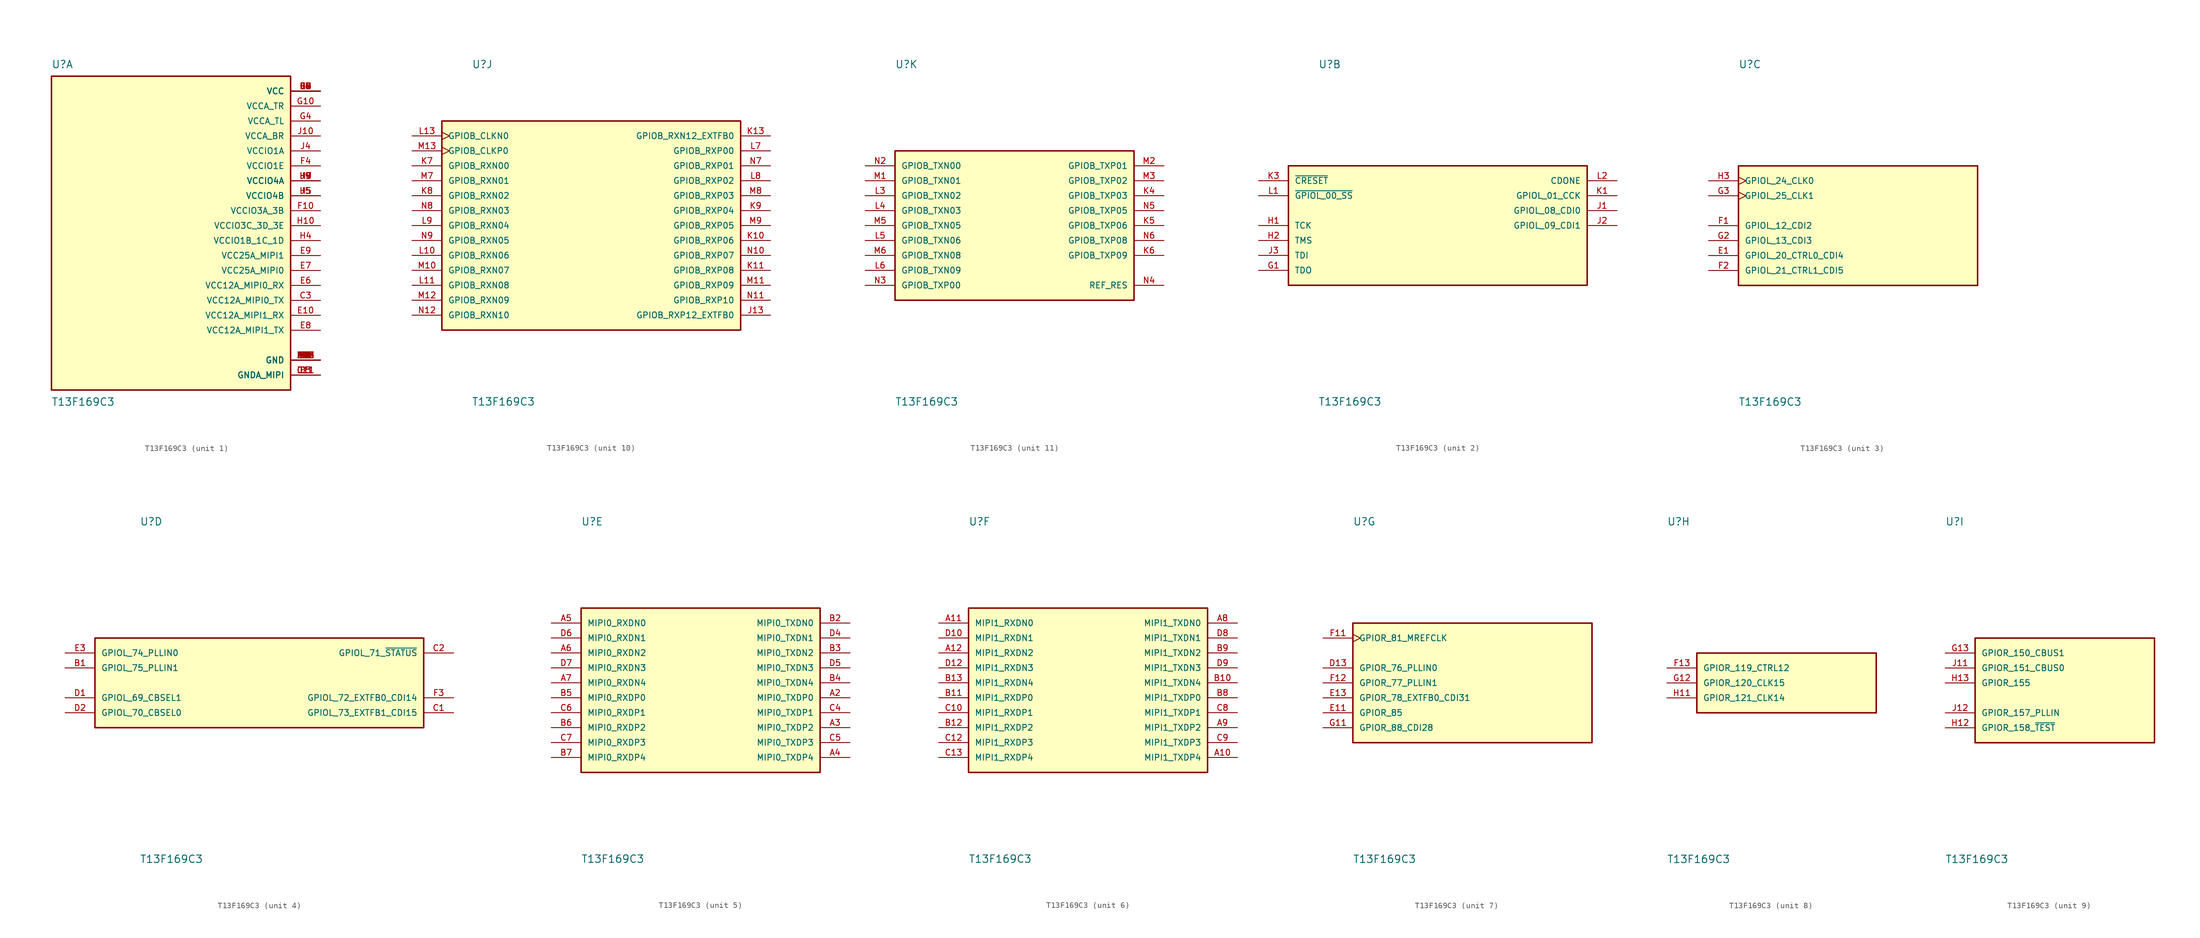
<source format=kicad_sym>
(kicad_symbol_lib
  (version 20220914)
  (generator kicad_symbol_editor)
  (symbol "T13F169C3"
    (pin_names
      (offset 1.016))
    (property "Reference" "U"
      (at -20.32 26.67 0)
      (effects (font (size 1.27 1.27)) (justify left bottom)))
    (property "Value" "T13F169C3"
      (at -20.32 -29.21 0)
      (effects (font (size 1.27 1.27)) (justify left top)))
    (symbol "T13F169C3_1_0"
      (rectangle (start -20.32 -27.94) (end 20.32 25.4) (stroke (width 0.254) (type default)) (fill (type background)))
      (pin power_in line (at 25.4 -22.86 180) (length 5.08) (name "GND" (effects (font (size 1.016 1.016)))) (number "A1" (effects (font (size 1.016 1.016)))))
      (pin power_in line (at 25.4 -22.86 180) (length 5.08) (name "GND" (effects (font (size 1.016 1.016)))) (number "A13" (effects (font (size 1.016 1.016)))))
      (pin power_in line (at 25.4 -25.4 180) (length 5.08) (name "GNDA_MIPI" (effects (font (size 1.016 1.016)))) (number "C11" (effects (font (size 1.016 1.016)))))
      (pin power_in line (at 25.4 -12.7 180) (length 5.08) (name "VCC12A_MIPI0_TX" (effects (font (size 1.016 1.016)))) (number "C3" (effects (font (size 1.016 1.016)))))
      (pin power_in line (at 25.4 -25.4 180) (length 5.08) (name "GNDA_MIPI" (effects (font (size 1.016 1.016)))) (number "D11" (effects (font (size 1.016 1.016)))))
      (pin power_in line (at 25.4 -25.4 180) (length 5.08) (name "GNDA_MIPI" (effects (font (size 1.016 1.016)))) (number "D3" (effects (font (size 1.016 1.016)))))
      (pin power_in line (at 25.4 -15.24 180) (length 5.08) (name "VCC12A_MIPI1_RX" (effects (font (size 1.016 1.016)))) (number "E10" (effects (font (size 1.016 1.016)))))
      (pin power_in line (at 25.4 -22.86 180) (length 5.08) (name "GND" (effects (font (size 1.016 1.016)))) (number "E12" (effects (font (size 1.016 1.016)))))
      (pin power_in line (at 25.4 -22.86 180) (length 5.08) (name "GND" (effects (font (size 1.016 1.016)))) (number "E2" (effects (font (size 1.016 1.016)))))
      (pin power_in line (at 25.4 22.86 180) (length 5.08) (name "VCC" (effects (font (size 1.016 1.016)))) (number "E4" (effects (font (size 1.016 1.016)))))
      (pin power_in line (at 25.4 -25.4 180) (length 5.08) (name "GNDA_MIPI" (effects (font (size 1.016 1.016)))) (number "E5" (effects (font (size 1.016 1.016)))))
      (pin power_in line (at 25.4 -10.16 180) (length 5.08) (name "VCC12A_MIPI0_RX" (effects (font (size 1.016 1.016)))) (number "E6" (effects (font (size 1.016 1.016)))))
      (pin power_in line (at 25.4 -7.62 180) (length 5.08) (name "VCC25A_MIPI0" (effects (font (size 1.016 1.016)))) (number "E7" (effects (font (size 1.016 1.016)))))
      (pin power_in line (at 25.4 -17.78 180) (length 5.08) (name "VCC12A_MIPI1_TX" (effects (font (size 1.016 1.016)))) (number "E8" (effects (font (size 1.016 1.016)))))
      (pin power_in line (at 25.4 -5.08 180) (length 5.08) (name "VCC25A_MIPI1" (effects (font (size 1.016 1.016)))) (number "E9" (effects (font (size 1.016 1.016)))))
      (pin power_in line (at 25.4 2.54 180) (length 5.08) (name "VCCIO3A_3B" (effects (font (size 1.016 1.016)))) (number "F10" (effects (font (size 1.016 1.016)))))
      (pin power_in line (at 25.4 10.16 180) (length 5.08) (name "VCCIO1E" (effects (font (size 1.016 1.016)))) (number "F4" (effects (font (size 1.016 1.016)))))
      (pin power_in line (at 25.4 -22.86 180) (length 5.08) (name "GND" (effects (font (size 1.016 1.016)))) (number "F5" (effects (font (size 1.016 1.016)))))
      (pin power_in line (at 25.4 -22.86 180) (length 5.08) (name "GND" (effects (font (size 1.016 1.016)))) (number "F6" (effects (font (size 1.016 1.016)))))
      (pin power_in line (at 25.4 22.86 180) (length 5.08) (name "VCC" (effects (font (size 1.016 1.016)))) (number "F7" (effects (font (size 1.016 1.016)))))
      (pin power_in line (at 25.4 -22.86 180) (length 5.08) (name "GND" (effects (font (size 1.016 1.016)))) (number "F8" (effects (font (size 1.016 1.016)))))
      (pin power_in line (at 25.4 22.86 180) (length 5.08) (name "VCC" (effects (font (size 1.016 1.016)))) (number "F9" (effects (font (size 1.016 1.016)))))
      (pin power_in line (at 25.4 20.32 180) (length 5.08) (name "VCCA_TR" (effects (font (size 1.016 1.016)))) (number "G10" (effects (font (size 1.016 1.016)))))
      (pin power_in line (at 25.4 17.78 180) (length 5.08) (name "VCCA_TL" (effects (font (size 1.016 1.016)))) (number "G4" (effects (font (size 1.016 1.016)))))
      (pin power_in line (at 25.4 22.86 180) (length 5.08) (name "VCC" (effects (font (size 1.016 1.016)))) (number "G5" (effects (font (size 1.016 1.016)))))
      (pin power_in line (at 25.4 -22.86 180) (length 5.08) (name "GND" (effects (font (size 1.016 1.016)))) (number "G6" (effects (font (size 1.016 1.016)))))
      (pin power_in line (at 25.4 -22.86 180) (length 5.08) (name "GND" (effects (font (size 1.016 1.016)))) (number "G7" (effects (font (size 1.016 1.016)))))
      (pin power_in line (at 25.4 22.86 180) (length 5.08) (name "VCC" (effects (font (size 1.016 1.016)))) (number "G8" (effects (font (size 1.016 1.016)))))
      (pin power_in line (at 25.4 22.86 180) (length 5.08) (name "VCC" (effects (font (size 1.016 1.016)))) (number "G9" (effects (font (size 1.016 1.016)))))
      (pin power_in line (at 25.4 0 180) (length 5.08) (name "VCCIO3C_3D_3E" (effects (font (size 1.016 1.016)))) (number "H10" (effects (font (size 1.016 1.016)))))
      (pin power_in line (at 25.4 -2.54 180) (length 5.08) (name "VCCIO1B_1C_1D" (effects (font (size 1.016 1.016)))) (number "H4" (effects (font (size 1.016 1.016)))))
      (pin power_in line (at 25.4 5.08 180) (length 5.08) (name "VCCIO4B" (effects (font (size 1.016 1.016)))) (number "H5" (effects (font (size 1.016 1.016)))))
      (pin power_in line (at 25.4 22.86 180) (length 5.08) (name "VCC" (effects (font (size 1.016 1.016)))) (number "H6" (effects (font (size 1.016 1.016)))))
      (pin power_in line (at 25.4 7.62 180) (length 5.08) (name "VCCIO4A" (effects (font (size 1.016 1.016)))) (number "H7" (effects (font (size 1.016 1.016)))))
      (pin power_in line (at 25.4 7.62 180) (length 5.08) (name "VCCIO4A" (effects (font (size 1.016 1.016)))) (number "H8" (effects (font (size 1.016 1.016)))))
      (pin power_in line (at 25.4 7.62 180) (length 5.08) (name "VCCIO4A" (effects (font (size 1.016 1.016)))) (number "H9" (effects (font (size 1.016 1.016)))))
      (pin power_in line (at 25.4 15.24 180) (length 5.08) (name "VCCA_BR" (effects (font (size 1.016 1.016)))) (number "J10" (effects (font (size 1.016 1.016)))))
      (pin power_in line (at 25.4 12.7 180) (length 5.08) (name "VCCIO1A" (effects (font (size 1.016 1.016)))) (number "J4" (effects (font (size 1.016 1.016)))))
      (pin power_in line (at 25.4 5.08 180) (length 5.08) (name "VCCIO4B" (effects (font (size 1.016 1.016)))) (number "J5" (effects (font (size 1.016 1.016)))))
      (pin power_in line (at 25.4 22.86 180) (length 5.08) (name "VCC" (effects (font (size 1.016 1.016)))) (number "J6" (effects (font (size 1.016 1.016)))))
      (pin power_in line (at 25.4 -22.86 180) (length 5.08) (name "GND" (effects (font (size 1.016 1.016)))) (number "J7" (effects (font (size 1.016 1.016)))))
      (pin power_in line (at 25.4 -22.86 180) (length 5.08) (name "GND" (effects (font (size 1.016 1.016)))) (number "J8" (effects (font (size 1.016 1.016)))))
      (pin power_in line (at 25.4 7.62 180) (length 5.08) (name "VCCIO4A" (effects (font (size 1.016 1.016)))) (number "J9" (effects (font (size 1.016 1.016)))))
      (pin power_in line (at 25.4 -22.86 180) (length 5.08) (name "GND" (effects (font (size 1.016 1.016)))) (number "K12" (effects (font (size 1.016 1.016)))))
      (pin power_in line (at 25.4 -22.86 180) (length 5.08) (name "GND" (effects (font (size 1.016 1.016)))) (number "K2" (effects (font (size 1.016 1.016)))))
      (pin power_in line (at 25.4 -22.86 180) (length 5.08) (name "GND" (effects (font (size 1.016 1.016)))) (number "L12" (effects (font (size 1.016 1.016)))))
      (pin power_in line (at 25.4 -22.86 180) (length 5.08) (name "GND" (effects (font (size 1.016 1.016)))) (number "M4" (effects (font (size 1.016 1.016)))))
      (pin power_in line (at 25.4 -22.86 180) (length 5.08) (name "GND" (effects (font (size 1.016 1.016)))) (number "N1" (effects (font (size 1.016 1.016)))))
      (pin power_in line (at 25.4 -22.86 180) (length 5.08) (name "GND" (effects (font (size 1.016 1.016)))) (number "N13" (effects (font (size 1.016 1.016))))))
    (symbol "T13F169C3_2_0"
      (rectangle (start -25.4 -10.16) (end 25.4 10.16) (stroke (width 0.254) (type default)) (fill (type background)))
      (pin output line (at -30.48 -7.62 0) (length 5.08) (name "TDO" (effects (font (size 1.016 1.016)))) (number "G1" (effects (font (size 1.016 1.016)))))
      (pin input line (at -30.48 0 0) (length 5.08) (name "TCK" (effects (font (size 1.016 1.016)))) (number "H1" (effects (font (size 1.016 1.016)))))
      (pin input line (at -30.48 -2.54 0) (length 5.08) (name "TMS" (effects (font (size 1.016 1.016)))) (number "H2" (effects (font (size 1.016 1.016)))))
      (pin bidirectional line (at 30.48 2.54 180) (length 5.08) (name "GPIOL_08_CDI0" (effects (font (size 1.016 1.016)))) (number "J1" (effects (font (size 1.016 1.016)))))
      (pin bidirectional line (at 30.48 0 180) (length 5.08) (name "GPIOL_09_CDI1" (effects (font (size 1.016 1.016)))) (number "J2" (effects (font (size 1.016 1.016)))))
      (pin input line (at -30.48 -5.08 0) (length 5.08) (name "TDI" (effects (font (size 1.016 1.016)))) (number "J3" (effects (font (size 1.016 1.016)))))
      (pin bidirectional line (at 30.48 5.08 180) (length 5.08) (name "GPIOL_01_CCK" (effects (font (size 1.016 1.016)))) (number "K1" (effects (font (size 1.016 1.016)))))
      (pin input line (at -30.48 7.62 0) (length 5.08) (name "~{CRESET}" (effects (font (size 1.016 1.016)))) (number "K3" (effects (font (size 1.016 1.016)))))
      (pin input line (at -30.48 5.08 0) (length 5.08) (name "~{GPIOL_00_SS}" (effects (font (size 1.016 1.016)))) (number "L1" (effects (font (size 1.016 1.016)))))
      (pin bidirectional line (at 30.48 7.62 180) (length 5.08) (name "CDONE" (effects (font (size 1.016 1.016)))) (number "L2" (effects (font (size 1.016 1.016))))))
    (symbol "T13F169C3_3_0"
      (rectangle (start -20.32 -10.16) (end 20.32 10.16) (stroke (width 0.254) (type default)) (fill (type background)))
      (pin bidirectional line (at -25.4 -5.08 0) (length 5.08) (name "GPIOL_20_CTRL0_CDI4" (effects (font (size 1.016 1.016)))) (number "E1" (effects (font (size 1.016 1.016)))))
      (pin bidirectional line (at -25.4 0 0) (length 5.08) (name "GPIOL_12_CDI2" (effects (font (size 1.016 1.016)))) (number "F1" (effects (font (size 1.016 1.016)))))
      (pin bidirectional line (at -25.4 -7.62 0) (length 5.08) (name "GPIOL_21_CTRL1_CDI5" (effects (font (size 1.016 1.016)))) (number "F2" (effects (font (size 1.016 1.016)))))
      (pin bidirectional line (at -25.4 -2.54 0) (length 5.08) (name "GPIOL_13_CDI3" (effects (font (size 1.016 1.016)))) (number "G2" (effects (font (size 1.016 1.016)))))
      (pin input clock (at -25.4 5.08 0) (length 5.08) (name "GPIOL_25_CLK1" (effects (font (size 1.016 1.016)))) (number "G3" (effects (font (size 1.016 1.016)))))
      (pin input clock (at -25.4 7.62 0) (length 5.08) (name "GPIOL_24_CLK0" (effects (font (size 1.016 1.016)))) (number "H3" (effects (font (size 1.016 1.016))))))
    (symbol "T13F169C3_4_0"
      (rectangle (start -27.94 -7.62) (end 27.94 7.62) (stroke (width 0.254) (type default)) (fill (type background)))
      (pin input line (at -33.02 2.54 0) (length 5.08) (name "GPIOL_75_PLLIN1" (effects (font (size 1.016 1.016)))) (number "B1" (effects (font (size 1.016 1.016)))))
      (pin bidirectional line (at 33.02 -5.08 180) (length 5.08) (name "GPIOL_73_EXTFB1_CDI15" (effects (font (size 1.016 1.016)))) (number "C1" (effects (font (size 1.016 1.016)))))
      (pin bidirectional line (at 33.02 5.08 180) (length 5.08) (name "GPIOL_71_~{STATUS}" (effects (font (size 1.016 1.016)))) (number "C2" (effects (font (size 1.016 1.016)))))
      (pin bidirectional line (at -33.02 -2.54 0) (length 5.08) (name "GPIOL_69_CBSEL1" (effects (font (size 1.016 1.016)))) (number "D1" (effects (font (size 1.016 1.016)))))
      (pin bidirectional line (at -33.02 -5.08 0) (length 5.08) (name "GPIOL_70_CBSEL0" (effects (font (size 1.016 1.016)))) (number "D2" (effects (font (size 1.016 1.016)))))
      (pin input line (at -33.02 5.08 0) (length 5.08) (name "GPIOL_74_PLLIN0" (effects (font (size 1.016 1.016)))) (number "E3" (effects (font (size 1.016 1.016)))))
      (pin bidirectional line (at 33.02 -2.54 180) (length 5.08) (name "GPIOL_72_EXTFB0_CDI14" (effects (font (size 1.016 1.016)))) (number "F3" (effects (font (size 1.016 1.016))))))
    (symbol "T13F169C3_5_0"
      (rectangle (start -20.32 -15.24) (end 20.32 12.7) (stroke (width 0.254) (type default)) (fill (type background)))
      (pin bidirectional line (at 25.4 -2.54 180) (length 5.08) (name "MIPI0_TXDP0" (effects (font (size 1.016 1.016)))) (number "A2" (effects (font (size 1.016 1.016)))))
      (pin bidirectional line (at 25.4 -7.62 180) (length 5.08) (name "MIPI0_TXDP2" (effects (font (size 1.016 1.016)))) (number "A3" (effects (font (size 1.016 1.016)))))
      (pin bidirectional line (at 25.4 -12.7 180) (length 5.08) (name "MIPI0_TXDP4" (effects (font (size 1.016 1.016)))) (number "A4" (effects (font (size 1.016 1.016)))))
      (pin bidirectional line (at -25.4 10.16 0) (length 5.08) (name "MIPI0_RXDN0" (effects (font (size 1.016 1.016)))) (number "A5" (effects (font (size 1.016 1.016)))))
      (pin bidirectional line (at -25.4 5.08 0) (length 5.08) (name "MIPI0_RXDN2" (effects (font (size 1.016 1.016)))) (number "A6" (effects (font (size 1.016 1.016)))))
      (pin bidirectional line (at -25.4 0 0) (length 5.08) (name "MIPI0_RXDN4" (effects (font (size 1.016 1.016)))) (number "A7" (effects (font (size 1.016 1.016)))))
      (pin bidirectional line (at 25.4 10.16 180) (length 5.08) (name "MIPI0_TXDN0" (effects (font (size 1.016 1.016)))) (number "B2" (effects (font (size 1.016 1.016)))))
      (pin bidirectional line (at 25.4 5.08 180) (length 5.08) (name "MIPI0_TXDN2" (effects (font (size 1.016 1.016)))) (number "B3" (effects (font (size 1.016 1.016)))))
      (pin bidirectional line (at 25.4 0 180) (length 5.08) (name "MIPI0_TXDN4" (effects (font (size 1.016 1.016)))) (number "B4" (effects (font (size 1.016 1.016)))))
      (pin bidirectional line (at -25.4 -2.54 0) (length 5.08) (name "MIPI0_RXDP0" (effects (font (size 1.016 1.016)))) (number "B5" (effects (font (size 1.016 1.016)))))
      (pin bidirectional line (at -25.4 -7.62 0) (length 5.08) (name "MIPI0_RXDP2" (effects (font (size 1.016 1.016)))) (number "B6" (effects (font (size 1.016 1.016)))))
      (pin bidirectional line (at -25.4 -12.7 0) (length 5.08) (name "MIPI0_RXDP4" (effects (font (size 1.016 1.016)))) (number "B7" (effects (font (size 1.016 1.016)))))
      (pin bidirectional line (at 25.4 -5.08 180) (length 5.08) (name "MIPI0_TXDP1" (effects (font (size 1.016 1.016)))) (number "C4" (effects (font (size 1.016 1.016)))))
      (pin bidirectional line (at 25.4 -10.16 180) (length 5.08) (name "MIPI0_TXDP3" (effects (font (size 1.016 1.016)))) (number "C5" (effects (font (size 1.016 1.016)))))
      (pin bidirectional line (at -25.4 -5.08 0) (length 5.08) (name "MIPI0_RXDP1" (effects (font (size 1.016 1.016)))) (number "C6" (effects (font (size 1.016 1.016)))))
      (pin bidirectional line (at -25.4 -10.16 0) (length 5.08) (name "MIPI0_RXDP3" (effects (font (size 1.016 1.016)))) (number "C7" (effects (font (size 1.016 1.016)))))
      (pin bidirectional line (at 25.4 7.62 180) (length 5.08) (name "MIPI0_TXDN1" (effects (font (size 1.016 1.016)))) (number "D4" (effects (font (size 1.016 1.016)))))
      (pin bidirectional line (at 25.4 2.54 180) (length 5.08) (name "MIPI0_TXDN3" (effects (font (size 1.016 1.016)))) (number "D5" (effects (font (size 1.016 1.016)))))
      (pin bidirectional line (at -25.4 7.62 0) (length 5.08) (name "MIPI0_RXDN1" (effects (font (size 1.016 1.016)))) (number "D6" (effects (font (size 1.016 1.016)))))
      (pin bidirectional line (at -25.4 2.54 0) (length 5.08) (name "MIPI0_RXDN3" (effects (font (size 1.016 1.016)))) (number "D7" (effects (font (size 1.016 1.016))))))
    (symbol "T13F169C3_6_0"
      (rectangle (start -20.32 -15.24) (end 20.32 12.7) (stroke (width 0.254) (type default)) (fill (type background)))
      (pin bidirectional line (at 25.4 -12.7 180) (length 5.08) (name "MIPI1_TXDP4" (effects (font (size 1.016 1.016)))) (number "A10" (effects (font (size 1.016 1.016)))))
      (pin bidirectional line (at -25.4 10.16 0) (length 5.08) (name "MIPI1_RXDN0" (effects (font (size 1.016 1.016)))) (number "A11" (effects (font (size 1.016 1.016)))))
      (pin bidirectional line (at -25.4 5.08 0) (length 5.08) (name "MIPI1_RXDN2" (effects (font (size 1.016 1.016)))) (number "A12" (effects (font (size 1.016 1.016)))))
      (pin bidirectional line (at 25.4 10.16 180) (length 5.08) (name "MIPI1_TXDN0" (effects (font (size 1.016 1.016)))) (number "A8" (effects (font (size 1.016 1.016)))))
      (pin bidirectional line (at 25.4 -7.62 180) (length 5.08) (name "MIPI1_TXDP2" (effects (font (size 1.016 1.016)))) (number "A9" (effects (font (size 1.016 1.016)))))
      (pin bidirectional line (at 25.4 0 180) (length 5.08) (name "MIPI1_TXDN4" (effects (font (size 1.016 1.016)))) (number "B10" (effects (font (size 1.016 1.016)))))
      (pin bidirectional line (at -25.4 -2.54 0) (length 5.08) (name "MIPI1_RXDP0" (effects (font (size 1.016 1.016)))) (number "B11" (effects (font (size 1.016 1.016)))))
      (pin bidirectional line (at -25.4 -7.62 0) (length 5.08) (name "MIPI1_RXDP2" (effects (font (size 1.016 1.016)))) (number "B12" (effects (font (size 1.016 1.016)))))
      (pin bidirectional line (at -25.4 0 0) (length 5.08) (name "MIPI1_RXDN4" (effects (font (size 1.016 1.016)))) (number "B13" (effects (font (size 1.016 1.016)))))
      (pin bidirectional line (at 25.4 -2.54 180) (length 5.08) (name "MIPI1_TXDP0" (effects (font (size 1.016 1.016)))) (number "B8" (effects (font (size 1.016 1.016)))))
      (pin bidirectional line (at 25.4 5.08 180) (length 5.08) (name "MIPI1_TXDN2" (effects (font (size 1.016 1.016)))) (number "B9" (effects (font (size 1.016 1.016)))))
      (pin bidirectional line (at -25.4 -5.08 0) (length 5.08) (name "MIPI1_RXDP1" (effects (font (size 1.016 1.016)))) (number "C10" (effects (font (size 1.016 1.016)))))
      (pin bidirectional line (at -25.4 -10.16 0) (length 5.08) (name "MIPI1_RXDP3" (effects (font (size 1.016 1.016)))) (number "C12" (effects (font (size 1.016 1.016)))))
      (pin bidirectional line (at -25.4 -12.7 0) (length 5.08) (name "MIPI1_RXDP4" (effects (font (size 1.016 1.016)))) (number "C13" (effects (font (size 1.016 1.016)))))
      (pin bidirectional line (at 25.4 -5.08 180) (length 5.08) (name "MIPI1_TXDP1" (effects (font (size 1.016 1.016)))) (number "C8" (effects (font (size 1.016 1.016)))))
      (pin bidirectional line (at 25.4 -10.16 180) (length 5.08) (name "MIPI1_TXDP3" (effects (font (size 1.016 1.016)))) (number "C9" (effects (font (size 1.016 1.016)))))
      (pin bidirectional line (at -25.4 7.62 0) (length 5.08) (name "MIPI1_RXDN1" (effects (font (size 1.016 1.016)))) (number "D10" (effects (font (size 1.016 1.016)))))
      (pin bidirectional line (at -25.4 2.54 0) (length 5.08) (name "MIPI1_RXDN3" (effects (font (size 1.016 1.016)))) (number "D12" (effects (font (size 1.016 1.016)))))
      (pin bidirectional line (at 25.4 7.62 180) (length 5.08) (name "MIPI1_TXDN1" (effects (font (size 1.016 1.016)))) (number "D8" (effects (font (size 1.016 1.016)))))
      (pin bidirectional line (at 25.4 2.54 180) (length 5.08) (name "MIPI1_TXDN3" (effects (font (size 1.016 1.016)))) (number "D9" (effects (font (size 1.016 1.016))))))
    (symbol "T13F169C3_7_0"
      (rectangle (start -20.32 -10.16) (end 20.32 10.16) (stroke (width 0.254) (type default)) (fill (type background)))
      (pin bidirectional line (at -25.4 2.54 0) (length 5.08) (name "GPIOR_76_PLLIN0" (effects (font (size 1.016 1.016)))) (number "D13" (effects (font (size 1.016 1.016)))))
      (pin bidirectional line (at -25.4 -5.08 0) (length 5.08) (name "GPIOR_85" (effects (font (size 1.016 1.016)))) (number "E11" (effects (font (size 1.016 1.016)))))
      (pin bidirectional line (at -25.4 -2.54 0) (length 5.08) (name "GPIOR_78_EXTFB0_CDI31" (effects (font (size 1.016 1.016)))) (number "E13" (effects (font (size 1.016 1.016)))))
      (pin input clock (at -25.4 7.62 0) (length 5.08) (name "GPIOR_81_MREFCLK" (effects (font (size 1.016 1.016)))) (number "F11" (effects (font (size 1.016 1.016)))))
      (pin bidirectional line (at -25.4 0 0) (length 5.08) (name "GPIOR_77_PLLIN1" (effects (font (size 1.016 1.016)))) (number "F12" (effects (font (size 1.016 1.016)))))
      (pin bidirectional line (at -25.4 -7.62 0) (length 5.08) (name "GPIOR_88_CDI28" (effects (font (size 1.016 1.016)))) (number "G11" (effects (font (size 1.016 1.016))))))
    (symbol "T13F169C3_8_0"
      (rectangle (start -15.24 -5.08) (end 15.24 5.08) (stroke (width 0.254) (type default)) (fill (type background)))
      (pin bidirectional line (at -20.32 2.54 0) (length 5.08) (name "GPIOR_119_CTRL12" (effects (font (size 1.016 1.016)))) (number "F13" (effects (font (size 1.016 1.016)))))
      (pin bidirectional line (at -20.32 0 0) (length 5.08) (name "GPIOR_120_CLK15" (effects (font (size 1.016 1.016)))) (number "G12" (effects (font (size 1.016 1.016)))))
      (pin bidirectional line (at -20.32 -2.54 0) (length 5.08) (name "GPIOR_121_CLK14" (effects (font (size 1.016 1.016)))) (number "H11" (effects (font (size 1.016 1.016))))))
    (symbol "T13F169C3_9_0"
      (rectangle (start -15.24 -10.16) (end 15.24 7.62) (stroke (width 0.254) (type default)) (fill (type background)))
      (pin bidirectional line (at -20.32 5.08 0) (length 5.08) (name "GPIOR_150_CBUS1" (effects (font (size 1.016 1.016)))) (number "G13" (effects (font (size 1.016 1.016)))))
      (pin input line (at -20.32 -7.62 0) (length 5.08) (name "GPIOR_158_~{TEST}" (effects (font (size 1.016 1.016)))) (number "H12" (effects (font (size 1.016 1.016)))))
      (pin bidirectional line (at -20.32 0 0) (length 5.08) (name "GPIOR_155" (effects (font (size 1.016 1.016)))) (number "H13" (effects (font (size 1.016 1.016)))))
      (pin bidirectional line (at -20.32 2.54 0) (length 5.08) (name "GPIOR_151_CBUS0" (effects (font (size 1.016 1.016)))) (number "J11" (effects (font (size 1.016 1.016)))))
      (pin input line (at -20.32 -5.08 0) (length 5.08) (name "GPIOR_157_PLLIN" (effects (font (size 1.016 1.016)))) (number "J12" (effects (font (size 1.016 1.016))))))
    (symbol "T13F169C3_10_0"
      (rectangle (start -25.4 -17.78) (end 25.4 17.78) (stroke (width 0.254) (type default)) (fill (type background)))
      (pin bidirectional line (at 30.48 -15.24 180) (length 5.08) (name "GPIOB_RXP12_EXTFB0" (effects (font (size 1.016 1.016)))) (number "J13" (effects (font (size 1.016 1.016)))))
      (pin bidirectional line (at 30.48 -2.54 180) (length 5.08) (name "GPIOB_RXP06" (effects (font (size 1.016 1.016)))) (number "K10" (effects (font (size 1.016 1.016)))))
      (pin bidirectional line (at 30.48 -7.62 180) (length 5.08) (name "GPIOB_RXP08" (effects (font (size 1.016 1.016)))) (number "K11" (effects (font (size 1.016 1.016)))))
      (pin bidirectional line (at 30.48 15.24 180) (length 5.08) (name "GPIOB_RXN12_EXTFB0" (effects (font (size 1.016 1.016)))) (number "K13" (effects (font (size 1.016 1.016)))))
      (pin bidirectional line (at -30.48 10.16 0) (length 5.08) (name "GPIOB_RXN00" (effects (font (size 1.016 1.016)))) (number "K7" (effects (font (size 1.016 1.016)))))
      (pin bidirectional line (at -30.48 5.08 0) (length 5.08) (name "GPIOB_RXN02" (effects (font (size 1.016 1.016)))) (number "K8" (effects (font (size 1.016 1.016)))))
      (pin bidirectional line (at 30.48 2.54 180) (length 5.08) (name "GPIOB_RXP04" (effects (font (size 1.016 1.016)))) (number "K9" (effects (font (size 1.016 1.016)))))
      (pin bidirectional line (at -30.48 -5.08 0) (length 5.08) (name "GPIOB_RXN06" (effects (font (size 1.016 1.016)))) (number "L10" (effects (font (size 1.016 1.016)))))
      (pin bidirectional line (at -30.48 -10.16 0) (length 5.08) (name "GPIOB_RXN08" (effects (font (size 1.016 1.016)))) (number "L11" (effects (font (size 1.016 1.016)))))
      (pin bidirectional clock (at -30.48 15.24 0) (length 5.08) (name "GPIOB_CLKN0" (effects (font (size 1.016 1.016)))) (number "L13" (effects (font (size 1.016 1.016)))))
      (pin bidirectional line (at 30.48 12.7 180) (length 5.08) (name "GPIOB_RXP00" (effects (font (size 1.016 1.016)))) (number "L7" (effects (font (size 1.016 1.016)))))
      (pin bidirectional line (at 30.48 7.62 180) (length 5.08) (name "GPIOB_RXP02" (effects (font (size 1.016 1.016)))) (number "L8" (effects (font (size 1.016 1.016)))))
      (pin bidirectional line (at -30.48 0 0) (length 5.08) (name "GPIOB_RXN04" (effects (font (size 1.016 1.016)))) (number "L9" (effects (font (size 1.016 1.016)))))
      (pin bidirectional line (at -30.48 -7.62 0) (length 5.08) (name "GPIOB_RXN07" (effects (font (size 1.016 1.016)))) (number "M10" (effects (font (size 1.016 1.016)))))
      (pin bidirectional line (at 30.48 -10.16 180) (length 5.08) (name "GPIOB_RXP09" (effects (font (size 1.016 1.016)))) (number "M11" (effects (font (size 1.016 1.016)))))
      (pin bidirectional line (at -30.48 -12.7 0) (length 5.08) (name "GPIOB_RXN09" (effects (font (size 1.016 1.016)))) (number "M12" (effects (font (size 1.016 1.016)))))
      (pin bidirectional clock (at -30.48 12.7 0) (length 5.08) (name "GPIOB_CLKP0" (effects (font (size 1.016 1.016)))) (number "M13" (effects (font (size 1.016 1.016)))))
      (pin bidirectional line (at -30.48 7.62 0) (length 5.08) (name "GPIOB_RXN01" (effects (font (size 1.016 1.016)))) (number "M7" (effects (font (size 1.016 1.016)))))
      (pin bidirectional line (at 30.48 5.08 180) (length 5.08) (name "GPIOB_RXP03" (effects (font (size 1.016 1.016)))) (number "M8" (effects (font (size 1.016 1.016)))))
      (pin bidirectional line (at 30.48 0 180) (length 5.08) (name "GPIOB_RXP05" (effects (font (size 1.016 1.016)))) (number "M9" (effects (font (size 1.016 1.016)))))
      (pin bidirectional line (at 30.48 -5.08 180) (length 5.08) (name "GPIOB_RXP07" (effects (font (size 1.016 1.016)))) (number "N10" (effects (font (size 1.016 1.016)))))
      (pin bidirectional line (at 30.48 -12.7 180) (length 5.08) (name "GPIOB_RXP10" (effects (font (size 1.016 1.016)))) (number "N11" (effects (font (size 1.016 1.016)))))
      (pin bidirectional line (at -30.48 -15.24 0) (length 5.08) (name "GPIOB_RXN10" (effects (font (size 1.016 1.016)))) (number "N12" (effects (font (size 1.016 1.016)))))
      (pin bidirectional line (at 30.48 10.16 180) (length 5.08) (name "GPIOB_RXP01" (effects (font (size 1.016 1.016)))) (number "N7" (effects (font (size 1.016 1.016)))))
      (pin bidirectional line (at -30.48 2.54 0) (length 5.08) (name "GPIOB_RXN03" (effects (font (size 1.016 1.016)))) (number "N8" (effects (font (size 1.016 1.016)))))
      (pin bidirectional line (at -30.48 -2.54 0) (length 5.08) (name "GPIOB_RXN05" (effects (font (size 1.016 1.016)))) (number "N9" (effects (font (size 1.016 1.016))))))
    (symbol "T13F169C3_11_0"
      (rectangle (start -20.32 -12.7) (end 20.32 12.7) (stroke (width 0.254) (type default)) (fill (type background)))
      (pin bidirectional line (at 25.4 5.08 180) (length 5.08) (name "GPIOB_TXP03" (effects (font (size 1.016 1.016)))) (number "K4" (effects (font (size 1.016 1.016)))))
      (pin bidirectional line (at 25.4 0 180) (length 5.08) (name "GPIOB_TXP06" (effects (font (size 1.016 1.016)))) (number "K5" (effects (font (size 1.016 1.016)))))
      (pin bidirectional line (at 25.4 -5.08 180) (length 5.08) (name "GPIOB_TXP09" (effects (font (size 1.016 1.016)))) (number "K6" (effects (font (size 1.016 1.016)))))
      (pin bidirectional line (at -25.4 5.08 0) (length 5.08) (name "GPIOB_TXN02" (effects (font (size 1.016 1.016)))) (number "L3" (effects (font (size 1.016 1.016)))))
      (pin bidirectional line (at -25.4 2.54 0) (length 5.08) (name "GPIOB_TXN03" (effects (font (size 1.016 1.016)))) (number "L4" (effects (font (size 1.016 1.016)))))
      (pin bidirectional line (at -25.4 -2.54 0) (length 5.08) (name "GPIOB_TXN06" (effects (font (size 1.016 1.016)))) (number "L5" (effects (font (size 1.016 1.016)))))
      (pin bidirectional line (at -25.4 -7.62 0) (length 5.08) (name "GPIOB_TXN09" (effects (font (size 1.016 1.016)))) (number "L6" (effects (font (size 1.016 1.016)))))
      (pin bidirectional line (at -25.4 7.62 0) (length 5.08) (name "GPIOB_TXN01" (effects (font (size 1.016 1.016)))) (number "M1" (effects (font (size 1.016 1.016)))))
      (pin bidirectional line (at 25.4 10.16 180) (length 5.08) (name "GPIOB_TXP01" (effects (font (size 1.016 1.016)))) (number "M2" (effects (font (size 1.016 1.016)))))
      (pin bidirectional line (at 25.4 7.62 180) (length 5.08) (name "GPIOB_TXP02" (effects (font (size 1.016 1.016)))) (number "M3" (effects (font (size 1.016 1.016)))))
      (pin bidirectional line (at -25.4 0 0) (length 5.08) (name "GPIOB_TXN05" (effects (font (size 1.016 1.016)))) (number "M5" (effects (font (size 1.016 1.016)))))
      (pin bidirectional line (at -25.4 -5.08 0) (length 5.08) (name "GPIOB_TXN08" (effects (font (size 1.016 1.016)))) (number "M6" (effects (font (size 1.016 1.016)))))
      (pin bidirectional line (at -25.4 10.16 0) (length 5.08) (name "GPIOB_TXN00" (effects (font (size 1.016 1.016)))) (number "N2" (effects (font (size 1.016 1.016)))))
      (pin bidirectional line (at -25.4 -10.16 0) (length 5.08) (name "GPIOB_TXP00" (effects (font (size 1.016 1.016)))) (number "N3" (effects (font (size 1.016 1.016)))))
      (pin bidirectional line (at 25.4 -10.16 180) (length 5.08) (name "REF_RES" (effects (font (size 1.016 1.016)))) (number "N4" (effects (font (size 1.016 1.016)))))
      (pin bidirectional line (at 25.4 2.54 180) (length 5.08) (name "GPIOB_TXP05" (effects (font (size 1.016 1.016)))) (number "N5" (effects (font (size 1.016 1.016)))))
      (pin bidirectional line (at 25.4 -2.54 180) (length 5.08) (name "GPIOB_TXP08" (effects (font (size 1.016 1.016)))) (number "N6" (effects (font (size 1.016 1.016))))))))
</source>
